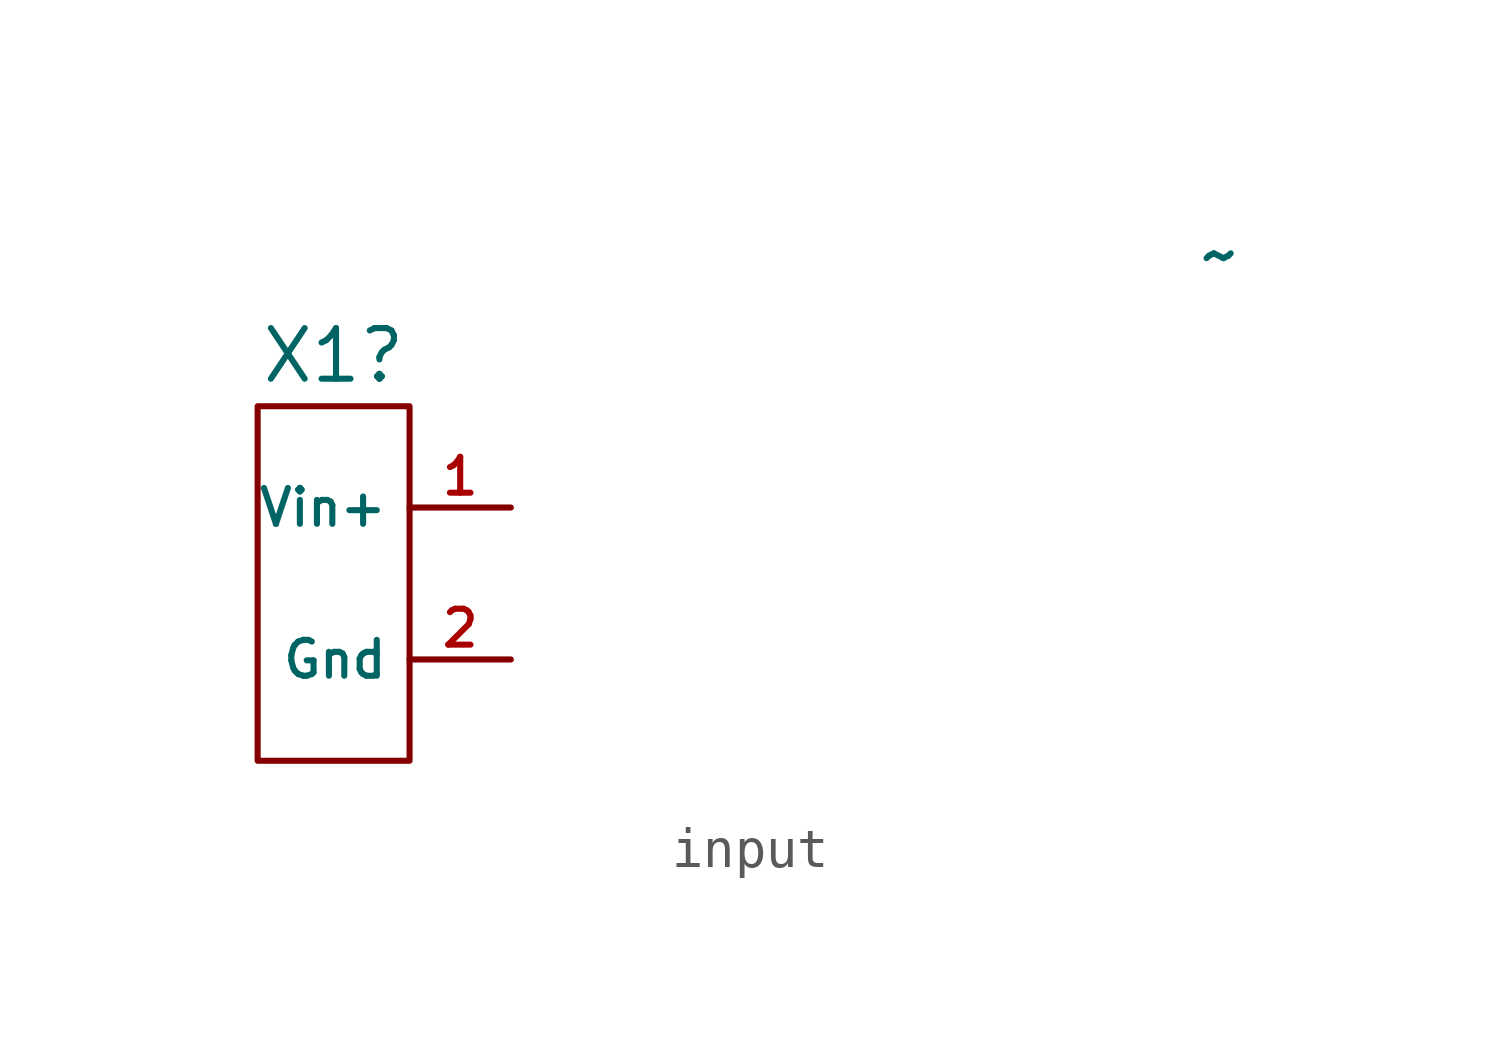
<source format=kicad_sym>
(kicad_symbol_lib
  (version 20220914)
  (generator kicad_symbol_editor)
  (symbol "input"
    (property "Reference" "X1"
      (at -22.225 -2.54 0)
      (effects (font (size 1.27 1.27))))
    (property "Value" "~"
      (at 0 0 0)
      (effects (font (size 1.27 1.27))))
    (symbol "input_0_1"
      (rectangle (start -24.13 -3.81) (end -20.32 -12.7) (stroke (width 0) (type default)) (fill (type none))))
    (symbol "input_1_1"
      (pin input line (at -17.78 -6.35 180) (length 2.54) (name "Vin+" (effects (font (size 0.9 0.9)))) (number "1" (effects (font (size 0.9 0.9)))))
      (pin input line (at -17.78 -10.16 180) (length 2.54) (name "Gnd" (effects (font (size 0.9 0.9)))) (number "2" (effects (font (size 0.9 0.9))))))))
</source>
